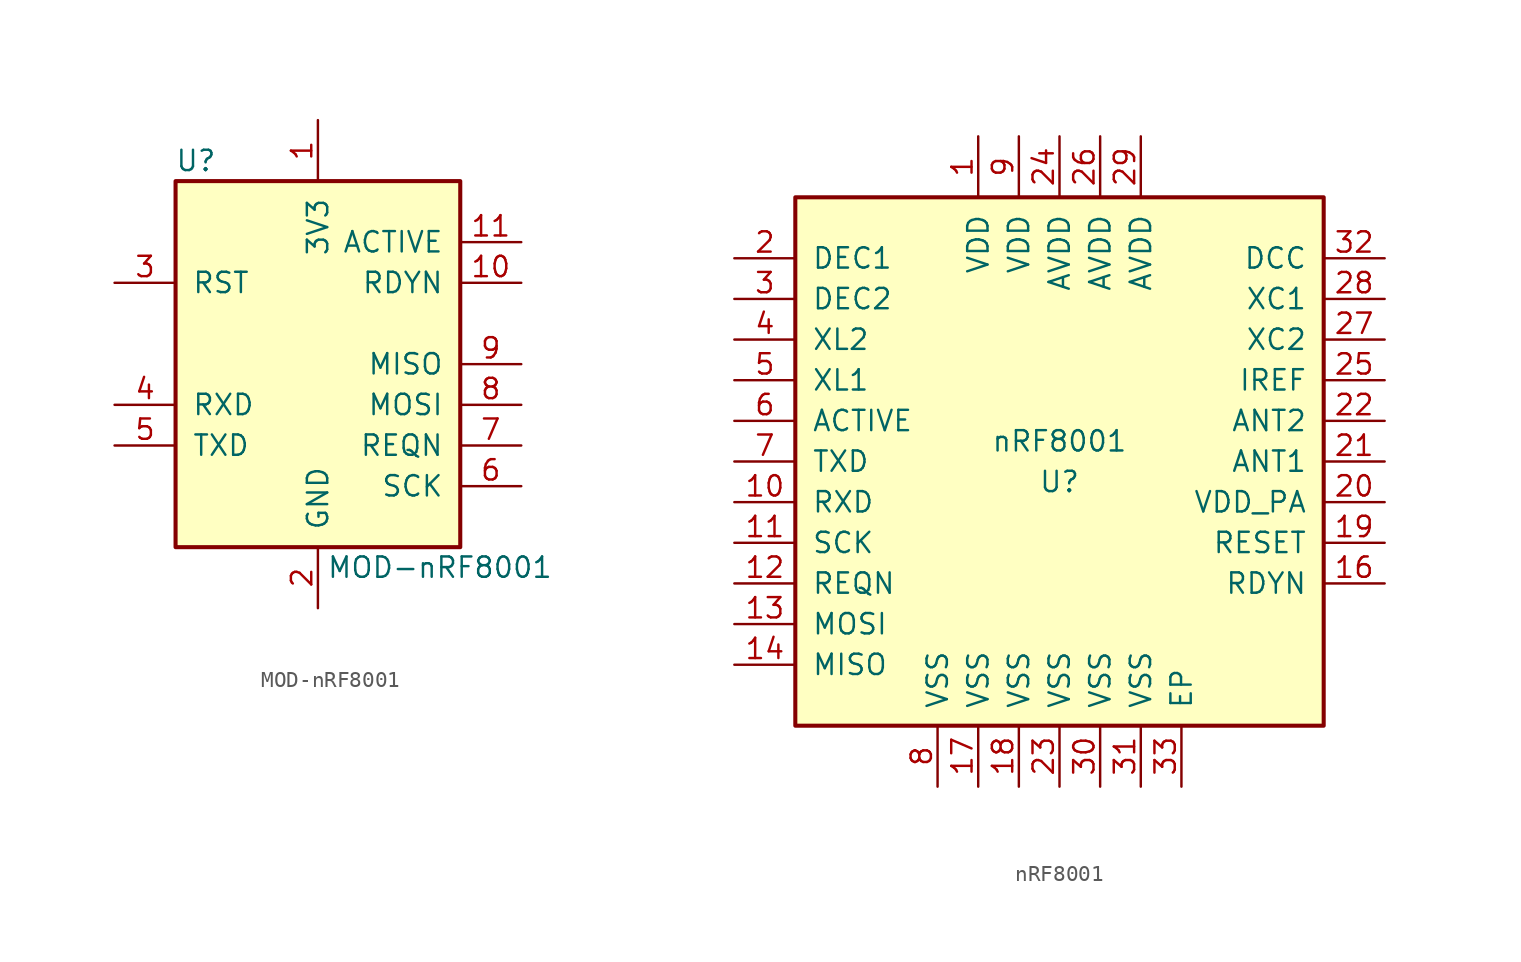
<source format=kicad_sym>
(kicad_symbol_lib
  (version 20201005)
  (generator kicad_symbol_editor)
  (symbol "MOD-nRF8001"
    (pin_names
      (offset 1.016))
    (property "Reference" "U"
      (at -7.62 12.7 0)
      (effects (font (size 1.27 1.27))))
    (property "Value" "MOD-nRF8001"
      (at 7.62 -12.7 0)
      (effects (font (size 1.27 1.27))))
    (symbol "MOD-nRF8001_0_1"
      (rectangle (start -8.89 11.43) (end 8.89 -11.43) (stroke (width 0.254)) (fill (type background))))
    (symbol "MOD-nRF8001_1_1"
      (pin power_in line (at 0 15.24 270) (length 3.81) (name "3V3" (effects (font (size 1.27 1.27)))) (number "1" (effects (font (size 1.27 1.27)))))
      (pin output line (at 12.7 5.08 180) (length 3.81) (name "RDYN" (effects (font (size 1.27 1.27)))) (number "10" (effects (font (size 1.27 1.27)))))
      (pin output line (at 12.7 7.62 180) (length 3.81) (name "ACTIVE" (effects (font (size 1.27 1.27)))) (number "11" (effects (font (size 1.27 1.27)))))
      (pin power_in line (at 0 -15.24 90) (length 3.81) (name "GND" (effects (font (size 1.27 1.27)))) (number "2" (effects (font (size 1.27 1.27)))))
      (pin input line (at -12.7 5.08 0) (length 3.81) (name "RST" (effects (font (size 1.27 1.27)))) (number "3" (effects (font (size 1.27 1.27)))))
      (pin input line (at -12.7 -2.54 0) (length 3.81) (name "RXD" (effects (font (size 1.27 1.27)))) (number "4" (effects (font (size 1.27 1.27)))))
      (pin output line (at -12.7 -5.08 0) (length 3.81) (name "TXD" (effects (font (size 1.27 1.27)))) (number "5" (effects (font (size 1.27 1.27)))))
      (pin input line (at 12.7 -7.62 180) (length 3.81) (name "SCK" (effects (font (size 1.27 1.27)))) (number "6" (effects (font (size 1.27 1.27)))))
      (pin input line (at 12.7 -5.08 180) (length 3.81) (name "REQN" (effects (font (size 1.27 1.27)))) (number "7" (effects (font (size 1.27 1.27)))))
      (pin input line (at 12.7 -2.54 180) (length 3.81) (name "MOSI" (effects (font (size 1.27 1.27)))) (number "8" (effects (font (size 1.27 1.27)))))
      (pin output line (at 12.7 0 180) (length 3.81) (name "MISO" (effects (font (size 1.27 1.27)))) (number "9" (effects (font (size 1.27 1.27)))))))
  (symbol "nRF8001"
    (pin_names
      (offset 1.016))
    (property "Reference" "U"
      (at 0 -1.27 0)
      (effects (font (size 1.27 1.27))))
    (property "Value" "nRF8001"
      (at 0 1.27 0)
      (effects (font (size 1.27 1.27))))
    (symbol "nRF8001_0_1"
      (rectangle (start -16.51 16.51) (end 16.51 -16.51) (stroke (width 0.254)) (fill (type background))))
    (symbol "nRF8001_1_1"
      (pin power_in line (at -5.08 20.32 270) (length 3.81) (name "VDD" (effects (font (size 1.27 1.27)))) (number "1" (effects (font (size 1.27 1.27)))))
      (pin input line (at -20.32 -2.54 0) (length 3.81) (name "RXD" (effects (font (size 1.27 1.27)))) (number "10" (effects (font (size 1.27 1.27)))))
      (pin input line (at -20.32 -5.08 0) (length 3.81) (name "SCK" (effects (font (size 1.27 1.27)))) (number "11" (effects (font (size 1.27 1.27)))))
      (pin bidirectional line (at -20.32 -7.62 0) (length 3.81) (name "REQN" (effects (font (size 1.27 1.27)))) (number "12" (effects (font (size 1.27 1.27)))))
      (pin input line (at -20.32 -10.16 0) (length 3.81) (name "MOSI" (effects (font (size 1.27 1.27)))) (number "13" (effects (font (size 1.27 1.27)))))
      (pin output line (at -20.32 -12.7 0) (length 3.81) (name "MISO" (effects (font (size 1.27 1.27)))) (number "14" (effects (font (size 1.27 1.27)))))
      (pin no_connect line (at 15.24 -10.16 180) (length 3.81) hide (name "N/C" (effects (font (size 1.27 1.27)))) (number "15" (effects (font (size 1.27 1.27)))))
      (pin bidirectional line (at 20.32 -7.62 180) (length 3.81) (name "RDYN" (effects (font (size 1.27 1.27)))) (number "16" (effects (font (size 1.27 1.27)))))
      (pin power_in line (at -5.08 -20.32 90) (length 3.81) (name "VSS" (effects (font (size 1.27 1.27)))) (number "17" (effects (font (size 1.27 1.27)))))
      (pin power_in line (at -2.54 -20.32 90) (length 3.81) (name "VSS" (effects (font (size 1.27 1.27)))) (number "18" (effects (font (size 1.27 1.27)))))
      (pin input line (at 20.32 -5.08 180) (length 3.81) (name "RESET" (effects (font (size 1.27 1.27)))) (number "19" (effects (font (size 1.27 1.27)))))
      (pin bidirectional line (at -20.32 12.7 0) (length 3.81) (name "DEC1" (effects (font (size 1.27 1.27)))) (number "2" (effects (font (size 1.27 1.27)))))
      (pin output line (at 20.32 -2.54 180) (length 3.81) (name "VDD_PA" (effects (font (size 1.27 1.27)))) (number "20" (effects (font (size 1.27 1.27)))))
      (pin bidirectional line (at 20.32 0 180) (length 3.81) (name "ANT1" (effects (font (size 1.27 1.27)))) (number "21" (effects (font (size 1.27 1.27)))))
      (pin bidirectional line (at 20.32 2.54 180) (length 3.81) (name "ANT2" (effects (font (size 1.27 1.27)))) (number "22" (effects (font (size 1.27 1.27)))))
      (pin power_in line (at 0 -20.32 90) (length 3.81) (name "VSS" (effects (font (size 1.27 1.27)))) (number "23" (effects (font (size 1.27 1.27)))))
      (pin power_in line (at 0 20.32 270) (length 3.81) (name "AVDD" (effects (font (size 1.27 1.27)))) (number "24" (effects (font (size 1.27 1.27)))))
      (pin input line (at 20.32 5.08 180) (length 3.81) (name "IREF" (effects (font (size 1.27 1.27)))) (number "25" (effects (font (size 1.27 1.27)))))
      (pin power_in line (at 2.54 20.32 270) (length 3.81) (name "AVDD" (effects (font (size 1.27 1.27)))) (number "26" (effects (font (size 1.27 1.27)))))
      (pin bidirectional line (at 20.32 7.62 180) (length 3.81) (name "XC2" (effects (font (size 1.27 1.27)))) (number "27" (effects (font (size 1.27 1.27)))))
      (pin bidirectional line (at 20.32 10.16 180) (length 3.81) (name "XC1" (effects (font (size 1.27 1.27)))) (number "28" (effects (font (size 1.27 1.27)))))
      (pin power_in line (at 5.08 20.32 270) (length 3.81) (name "AVDD" (effects (font (size 1.27 1.27)))) (number "29" (effects (font (size 1.27 1.27)))))
      (pin bidirectional line (at -20.32 10.16 0) (length 3.81) (name "DEC2" (effects (font (size 1.27 1.27)))) (number "3" (effects (font (size 1.27 1.27)))))
      (pin power_in line (at 2.54 -20.32 90) (length 3.81) (name "VSS" (effects (font (size 1.27 1.27)))) (number "30" (effects (font (size 1.27 1.27)))))
      (pin power_in line (at 5.08 -20.32 90) (length 3.81) (name "VSS" (effects (font (size 1.27 1.27)))) (number "31" (effects (font (size 1.27 1.27)))))
      (pin bidirectional line (at 20.32 12.7 180) (length 3.81) (name "DCC" (effects (font (size 1.27 1.27)))) (number "32" (effects (font (size 1.27 1.27)))))
      (pin power_in line (at 7.62 -20.32 90) (length 3.81) (name "EP" (effects (font (size 1.27 1.27)))) (number "33" (effects (font (size 1.27 1.27)))))
      (pin bidirectional line (at -20.32 7.62 0) (length 3.81) (name "XL2" (effects (font (size 1.27 1.27)))) (number "4" (effects (font (size 1.27 1.27)))))
      (pin bidirectional line (at -20.32 5.08 0) (length 3.81) (name "XL1" (effects (font (size 1.27 1.27)))) (number "5" (effects (font (size 1.27 1.27)))))
      (pin bidirectional line (at -20.32 2.54 0) (length 3.81) (name "ACTIVE" (effects (font (size 1.27 1.27)))) (number "6" (effects (font (size 1.27 1.27)))))
      (pin output line (at -20.32 0 0) (length 3.81) (name "TXD" (effects (font (size 1.27 1.27)))) (number "7" (effects (font (size 1.27 1.27)))))
      (pin power_in line (at -7.62 -20.32 90) (length 3.81) (name "VSS" (effects (font (size 1.27 1.27)))) (number "8" (effects (font (size 1.27 1.27)))))
      (pin power_in line (at -2.54 20.32 270) (length 3.81) (name "VDD" (effects (font (size 1.27 1.27)))) (number "9" (effects (font (size 1.27 1.27))))))))
</source>
